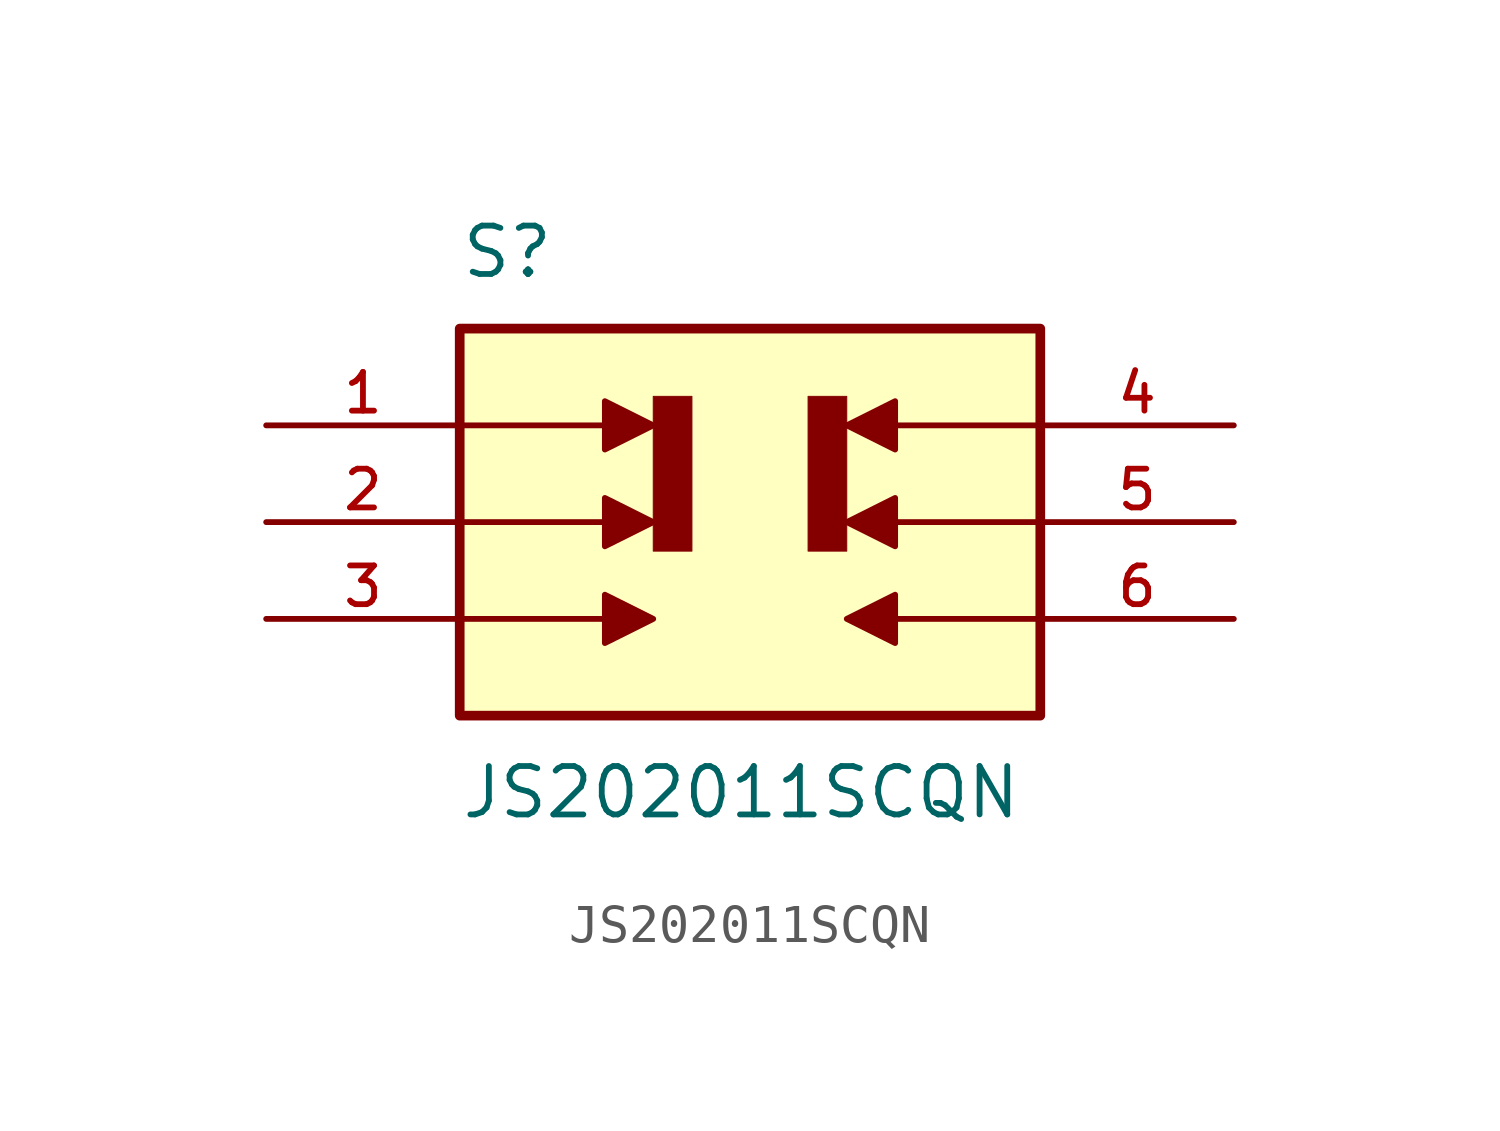
<source format=kicad_sym>
(kicad_symbol_lib
  (version 20241209)
  (generator "kicad_symbol_editor")
  (generator_version "9.0")
  (symbol "JS202011SCQN"
    (pin_names
      (offset 1.016))
    (property "Reference" "S"
      (at -7.62 6.35 0)
      (effects (font (size 1.27 1.27)) (justify left bottom)))
    (property "Value" "JS202011SCQN"
      (at -7.62 -6.35 0)
      (effects (font (size 1.27 1.27)) (justify left top)))
    (symbol "JS202011SCQN_0_0"
      (polyline (pts (xy -7.62 2.54) (xy -3.81 2.54)) (stroke (width 0.152) (type default)) (fill (type none)))
      (polyline (pts (xy -7.62 0) (xy -3.81 0)) (stroke (width 0.152) (type default)) (fill (type none)))
      (polyline (pts (xy -7.62 -2.54) (xy -3.81 -2.54)) (stroke (width 0.152) (type default)) (fill (type none)))
      (rectangle (start -7.62 -5.08) (end 7.62 5.08) (stroke (width 0.254) (type default)) (fill (type background)))
      (polyline (pts (xy -3.81 3.175) (xy -3.81 1.905) (xy -2.54 2.54) (xy -3.81 3.175)) (stroke (width 0.152) (type default)) (fill (type outline)))
      (polyline (pts (xy -3.81 0.635) (xy -3.81 -0.635) (xy -2.54 0) (xy -3.81 0.635)) (stroke (width 0.152) (type default)) (fill (type outline)))
      (polyline (pts (xy -3.81 -1.905) (xy -3.81 -3.175) (xy -2.54 -2.54) (xy -3.81 -1.905)) (stroke (width 0.152) (type default)) (fill (type outline)))
      (polyline (pts (xy -2.54 3.302) (xy -2.54 -0.762) (xy -1.524 -0.762) (xy -1.524 3.302) (xy -2.54 3.302)) (stroke (width 0.025) (type default)) (fill (type outline)))
      (polyline (pts (xy 1.524 3.302) (xy 1.524 -0.762) (xy 2.54 -0.762) (xy 2.54 3.302) (xy 1.524 3.302)) (stroke (width 0.025) (type default)) (fill (type outline)))
      (polyline (pts (xy 3.81 1.905) (xy 3.81 3.175) (xy 2.54 2.54) (xy 3.81 1.905)) (stroke (width 0.152) (type default)) (fill (type outline)))
      (polyline (pts (xy 3.81 -0.635) (xy 3.81 0.635) (xy 2.54 0) (xy 3.81 -0.635)) (stroke (width 0.152) (type default)) (fill (type outline)))
      (polyline (pts (xy 3.81 -3.175) (xy 3.81 -1.905) (xy 2.54 -2.54) (xy 3.81 -3.175)) (stroke (width 0.152) (type default)) (fill (type outline)))
      (polyline (pts (xy 7.62 2.54) (xy 3.81 2.54)) (stroke (width 0.152) (type default)) (fill (type none)))
      (polyline (pts (xy 7.62 0) (xy 3.81 0)) (stroke (width 0.152) (type default)) (fill (type none)))
      (polyline (pts (xy 7.62 -2.54) (xy 3.81 -2.54)) (stroke (width 0.152) (type default)) (fill (type none)))
      (pin passive line (at -12.7 2.54 0) (length 5.08) (name "~" (effects (font (size 1.016 1.016)))) (number "1" (effects (font (size 1.016 1.016)))))
      (pin passive line (at -12.7 0 0) (length 5.08) (name "~" (effects (font (size 1.016 1.016)))) (number "2" (effects (font (size 1.016 1.016)))))
      (pin passive line (at -12.7 -2.54 0) (length 5.08) (name "~" (effects (font (size 1.016 1.016)))) (number "3" (effects (font (size 1.016 1.016)))))
      (pin passive line (at 12.7 2.54 180) (length 5.08) (name "~" (effects (font (size 1.016 1.016)))) (number "4" (effects (font (size 1.016 1.016)))))
      (pin passive line (at 12.7 0 180) (length 5.08) (name "~" (effects (font (size 1.016 1.016)))) (number "5" (effects (font (size 1.016 1.016)))))
      (pin passive line (at 12.7 -2.54 180) (length 5.08) (name "~" (effects (font (size 1.016 1.016)))) (number "6" (effects (font (size 1.016 1.016))))))))
</source>
